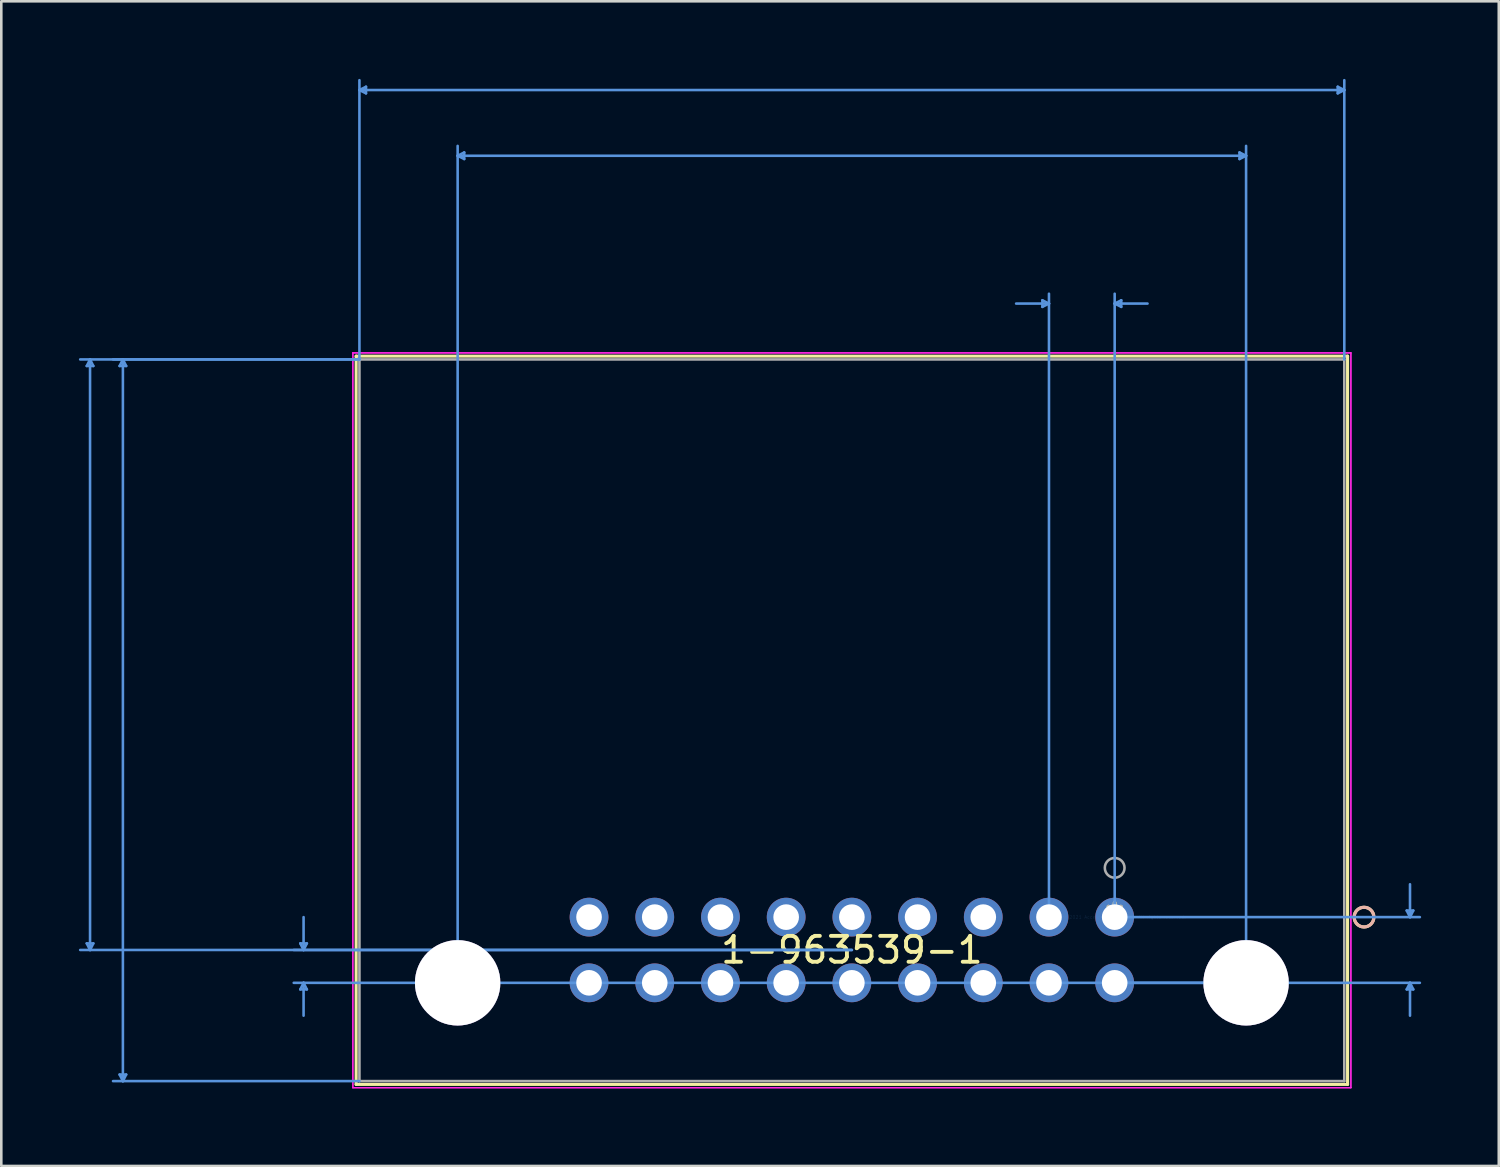
<source format=kicad_pcb>
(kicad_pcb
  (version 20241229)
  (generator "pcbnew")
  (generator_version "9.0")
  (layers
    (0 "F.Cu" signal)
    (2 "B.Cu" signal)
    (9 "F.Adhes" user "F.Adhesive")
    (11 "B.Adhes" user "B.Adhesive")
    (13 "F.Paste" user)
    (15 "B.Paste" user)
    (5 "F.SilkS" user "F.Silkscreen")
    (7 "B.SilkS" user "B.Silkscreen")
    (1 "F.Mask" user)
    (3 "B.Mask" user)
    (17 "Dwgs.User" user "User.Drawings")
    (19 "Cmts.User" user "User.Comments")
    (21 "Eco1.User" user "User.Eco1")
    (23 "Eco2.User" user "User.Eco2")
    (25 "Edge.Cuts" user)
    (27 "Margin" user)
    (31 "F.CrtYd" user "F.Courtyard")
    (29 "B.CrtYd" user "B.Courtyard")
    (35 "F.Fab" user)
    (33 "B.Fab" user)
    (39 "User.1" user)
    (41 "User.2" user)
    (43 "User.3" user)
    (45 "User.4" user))
  (footprint "1-963539-1"
    (layer "F.Cu")
    (at 40.042 32.405)
    (property "Reference" "1-963539-1" (at -10.16 1.27 0) (layer "F.SilkS") (effects (font (size 1 1) (thickness 0.15))))
    (attr through_hole)
    (fp_line (start -29.324 -21.687) (end -29.324 6.467) (stroke (width 0.12) (type solid)) (layer "F.SilkS"))
    (fp_line (start -29.324 6.467) (end 9.004 6.467) (stroke (width 0.12) (type solid)) (layer "F.SilkS"))
    (fp_line (start 9.004 -21.687) (end -29.324 -21.687) (stroke (width 0.12) (type solid)) (layer "F.SilkS"))
    (fp_line (start 9.004 6.467) (end 9.004 -21.687) (stroke (width 0.12) (type solid)) (layer "F.SilkS"))
    (fp_circle (center 9.639 0) (end 10.02 0) (stroke (width 0.12) (type solid)) (fill no) (layer "F.SilkS"))
    (fp_circle (center 9.639 0) (end 10.02 0) (stroke (width 0.12) (type solid)) (fill no) (layer "B.SilkS"))
    (fp_line (start -39.738 -21.306) (end -39.484 -21.306) (stroke (width 0.1) (type solid)) (layer "Cmts.User"))
    (fp_line (start -39.738 1.016) (end -39.484 1.016) (stroke (width 0.1) (type solid)) (layer "Cmts.User"))
    (fp_line (start -39.611 -21.56) (end -39.738 -21.306) (stroke (width 0.1) (type solid)) (layer "Cmts.User"))
    (fp_line (start -39.611 -21.56) (end -39.611 1.27) (stroke (width 0.1) (type solid)) (layer "Cmts.User"))
    (fp_line (start -39.611 -21.56) (end -39.484 -21.306) (stroke (width 0.1) (type solid)) (layer "Cmts.User"))
    (fp_line (start -39.611 1.27) (end -39.738 1.016) (stroke (width 0.1) (type solid)) (layer "Cmts.User"))
    (fp_line (start -39.611 1.27) (end -39.484 1.016) (stroke (width 0.1) (type solid)) (layer "Cmts.User"))
    (fp_line (start -38.468 -21.306) (end -38.214 -21.306) (stroke (width 0.1) (type solid)) (layer "Cmts.User"))
    (fp_line (start -38.468 6.086) (end -38.214 6.086) (stroke (width 0.1) (type solid)) (layer "Cmts.User"))
    (fp_line (start -38.341 -21.56) (end -38.468 -21.306) (stroke (width 0.1) (type solid)) (layer "Cmts.User"))
    (fp_line (start -38.341 -21.56) (end -38.341 6.34) (stroke (width 0.1) (type solid)) (layer "Cmts.User"))
    (fp_line (start -38.341 -21.56) (end -38.214 -21.306) (stroke (width 0.1) (type solid)) (layer "Cmts.User"))
    (fp_line (start -38.341 6.34) (end -38.468 6.086) (stroke (width 0.1) (type solid)) (layer "Cmts.User"))
    (fp_line (start -38.341 6.34) (end -38.214 6.086) (stroke (width 0.1) (type solid)) (layer "Cmts.User"))
    (fp_line (start -31.483 1.016) (end -31.229 1.016) (stroke (width 0.1) (type solid)) (layer "Cmts.User"))
    (fp_line (start -31.483 2.794) (end -31.229 2.794) (stroke (width 0.1) (type solid)) (layer "Cmts.User"))
    (fp_line (start -31.356 1.27) (end -31.483 1.016) (stroke (width 0.1) (type solid)) (layer "Cmts.User"))
    (fp_line (start -31.356 1.27) (end -31.356 0) (stroke (width 0.1) (type solid)) (layer "Cmts.User"))
    (fp_line (start -31.356 1.27) (end -31.229 1.016) (stroke (width 0.1) (type solid)) (layer "Cmts.User"))
    (fp_line (start -31.356 2.54) (end -31.483 2.794) (stroke (width 0.1) (type solid)) (layer "Cmts.User"))
    (fp_line (start -31.356 2.54) (end -31.356 3.81) (stroke (width 0.1) (type solid)) (layer "Cmts.User"))
    (fp_line (start -31.356 2.54) (end -31.229 2.794) (stroke (width 0.1) (type solid)) (layer "Cmts.User"))
    (fp_line (start -29.197 -31.974) (end -28.943 -32.101) (stroke (width 0.1) (type solid)) (layer "Cmts.User"))
    (fp_line (start -29.197 -31.974) (end -28.943 -31.847) (stroke (width 0.1) (type solid)) (layer "Cmts.User"))
    (fp_line (start -29.197 -31.974) (end 8.877 -31.974) (stroke (width 0.1) (type solid)) (layer "Cmts.User"))
    (fp_line (start -29.197 -21.56) (end -39.992 -21.56) (stroke (width 0.1) (type solid)) (layer "Cmts.User"))
    (fp_line (start -29.197 -21.56) (end -38.722 -21.56) (stroke (width 0.1) (type solid)) (layer "Cmts.User"))
    (fp_line (start -29.197 -21.56) (end -29.197 -32.355) (stroke (width 0.1) (type solid)) (layer "Cmts.User"))
    (fp_line (start -29.197 6.34) (end -38.722 6.34) (stroke (width 0.1) (type solid)) (layer "Cmts.User"))
    (fp_line (start -28.943 -32.101) (end -28.943 -31.847) (stroke (width 0.1) (type solid)) (layer "Cmts.User"))
    (fp_line (start -25.4 -29.434) (end -25.146 -29.561) (stroke (width 0.1) (type solid)) (layer "Cmts.User"))
    (fp_line (start -25.4 -29.434) (end -25.146 -29.307) (stroke (width 0.1) (type solid)) (layer "Cmts.User"))
    (fp_line (start -25.4 -29.434) (end 5.08 -29.434) (stroke (width 0.1) (type solid)) (layer "Cmts.User"))
    (fp_line (start -25.4 2.54) (end -25.4 -29.815) (stroke (width 0.1) (type solid)) (layer "Cmts.User"))
    (fp_line (start -25.146 -29.561) (end -25.146 -29.307) (stroke (width 0.1) (type solid)) (layer "Cmts.User"))
    (fp_line (start -10.16 1.27) (end -39.992 1.27) (stroke (width 0.1) (type solid)) (layer "Cmts.User"))
    (fp_line (start -10.16 1.27) (end -31.737 1.27) (stroke (width 0.1) (type solid)) (layer "Cmts.User"))
    (fp_line (start -2.794 -23.846) (end -2.794 -23.592) (stroke (width 0.1) (type solid)) (layer "Cmts.User"))
    (fp_line (start -2.54 -23.719) (end -3.81 -23.719) (stroke (width 0.1) (type solid)) (layer "Cmts.User"))
    (fp_line (start -2.54 -23.719) (end -2.794 -23.846) (stroke (width 0.1) (type solid)) (layer "Cmts.User"))
    (fp_line (start -2.54 -23.719) (end -2.794 -23.592) (stroke (width 0.1) (type solid)) (layer "Cmts.User"))
    (fp_line (start -2.54 0) (end -2.54 -24.1) (stroke (width 0.1) (type solid)) (layer "Cmts.User"))
    (fp_line (start 0 -23.719) (end 0.254 -23.846) (stroke (width 0.1) (type solid)) (layer "Cmts.User"))
    (fp_line (start 0 -23.719) (end 0.254 -23.592) (stroke (width 0.1) (type solid)) (layer "Cmts.User"))
    (fp_line (start 0 -23.719) (end 1.27 -23.719) (stroke (width 0.1) (type solid)) (layer "Cmts.User"))
    (fp_line (start 0 0) (end 0 -24.1) (stroke (width 0.1) (type solid)) (layer "Cmts.User"))
    (fp_line (start 0 0) (end 11.798 0) (stroke (width 0.1) (type solid)) (layer "Cmts.User"))
    (fp_line (start 0 2.54) (end 11.798 2.54) (stroke (width 0.1) (type solid)) (layer "Cmts.User"))
    (fp_line (start 0.254 -23.846) (end 0.254 -23.592) (stroke (width 0.1) (type solid)) (layer "Cmts.User"))
    (fp_line (start 4.826 -29.561) (end 4.826 -29.307) (stroke (width 0.1) (type solid)) (layer "Cmts.User"))
    (fp_line (start 5.08 -29.434) (end 4.826 -29.561) (stroke (width 0.1) (type solid)) (layer "Cmts.User"))
    (fp_line (start 5.08 -29.434) (end 4.826 -29.307) (stroke (width 0.1) (type solid)) (layer "Cmts.User"))
    (fp_line (start 5.08 2.54) (end -31.737 2.54) (stroke (width 0.1) (type solid)) (layer "Cmts.User"))
    (fp_line (start 5.08 2.54) (end 5.08 -29.815) (stroke (width 0.1) (type solid)) (layer "Cmts.User"))
    (fp_line (start 8.623 -32.101) (end 8.623 -31.847) (stroke (width 0.1) (type solid)) (layer "Cmts.User"))
    (fp_line (start 8.877 -31.974) (end 8.623 -32.101) (stroke (width 0.1) (type solid)) (layer "Cmts.User"))
    (fp_line (start 8.877 -31.974) (end 8.623 -31.847) (stroke (width 0.1) (type solid)) (layer "Cmts.User"))
    (fp_line (start 8.877 -21.56) (end 8.877 -32.355) (stroke (width 0.1) (type solid)) (layer "Cmts.User"))
    (fp_line (start 11.29 -0.254) (end 11.544 -0.254) (stroke (width 0.1) (type solid)) (layer "Cmts.User"))
    (fp_line (start 11.29 2.794) (end 11.544 2.794) (stroke (width 0.1) (type solid)) (layer "Cmts.User"))
    (fp_line (start 11.417 0) (end 11.29 -0.254) (stroke (width 0.1) (type solid)) (layer "Cmts.User"))
    (fp_line (start 11.417 0) (end 11.417 -1.27) (stroke (width 0.1) (type solid)) (layer "Cmts.User"))
    (fp_line (start 11.417 0) (end 11.544 -0.254) (stroke (width 0.1) (type solid)) (layer "Cmts.User"))
    (fp_line (start 11.417 2.54) (end 11.29 2.794) (stroke (width 0.1) (type solid)) (layer "Cmts.User"))
    (fp_line (start 11.417 2.54) (end 11.417 3.81) (stroke (width 0.1) (type solid)) (layer "Cmts.User"))
    (fp_line (start 11.417 2.54) (end 11.544 2.794) (stroke (width 0.1) (type solid)) (layer "Cmts.User"))
    (fp_line (start -29.451 -21.814) (end -29.451 6.594) (stroke (width 0.05) (type solid)) (layer "F.CrtYd"))
    (fp_line (start -29.451 -21.814) (end -29.451 6.594) (stroke (width 0.05) (type solid)) (layer "F.CrtYd"))
    (fp_line (start -29.451 6.594) (end 9.131 6.594) (stroke (width 0.05) (type solid)) (layer "F.CrtYd"))
    (fp_line (start -29.451 6.594) (end 9.131 6.594) (stroke (width 0.05) (type solid)) (layer "F.CrtYd"))
    (fp_line (start 9.131 -21.814) (end -29.451 -21.814) (stroke (width 0.05) (type solid)) (layer "F.CrtYd"))
    (fp_line (start 9.131 -21.814) (end -29.451 -21.814) (stroke (width 0.05) (type solid)) (layer "F.CrtYd"))
    (fp_line (start 9.131 6.594) (end 9.131 -21.814) (stroke (width 0.05) (type solid)) (layer "F.CrtYd"))
    (fp_line (start 9.131 6.594) (end 9.131 -21.814) (stroke (width 0.05) (type solid)) (layer "F.CrtYd"))
    (fp_line (start -29.197 -21.56) (end -29.197 6.34) (stroke (width 0.1) (type solid)) (layer "F.Fab"))
    (fp_line (start -29.197 6.34) (end 8.877 6.34) (stroke (width 0.1) (type solid)) (layer "F.Fab"))
    (fp_line (start 8.877 -21.56) (end -29.197 -21.56) (stroke (width 0.1) (type solid)) (layer "F.Fab"))
    (fp_line (start 8.877 6.34) (end 8.877 -21.56) (stroke (width 0.1) (type solid)) (layer "F.Fab"))
    (fp_circle (center 0 -1.905) (end 0.381 -1.905) (stroke (width 0.1) (type solid)) (fill no) (layer "F.Fab"))
    (fp_text user "*" (at 0 0 0) (layer "F.SilkS") (effects (font (size 1 1) (thickness 0.15))))
    (fp_text user "Copyright 2021 Accelerated Designs. All rights reserved." (at 0 0 0) (layer "Cmts.User") (effects (font (size 0.127 0.127) (thickness 0.002))))
    (fp_text user "*" (at 0 0 0) (layer "F.Fab") (effects (font (size 1 1) (thickness 0.15))))
    (pad "1" thru_hole circle (at 0 0) (size 1.499 1.499) (drill 0.991) (layers "*.Cu" "*.Mask"))
    (pad "2" thru_hole circle (at -2.54 0) (size 1.499 1.499) (drill 0.991) (layers "*.Cu" "*.Mask"))
    (pad "3" thru_hole circle (at -5.08 0) (size 1.499 1.499) (drill 0.991) (layers "*.Cu" "*.Mask"))
    (pad "4" thru_hole circle (at -7.62 0) (size 1.499 1.499) (drill 0.991) (layers "*.Cu" "*.Mask"))
    (pad "5" thru_hole circle (at -10.16 0) (size 1.499 1.499) (drill 0.991) (layers "*.Cu" "*.Mask"))
    (pad "6" thru_hole circle (at -12.7 0) (size 1.499 1.499) (drill 0.991) (layers "*.Cu" "*.Mask"))
    (pad "7" thru_hole circle (at -15.24 0) (size 1.499 1.499) (drill 0.991) (layers "*.Cu" "*.Mask"))
    (pad "8" thru_hole circle (at -17.78 0) (size 1.499 1.499) (drill 0.991) (layers "*.Cu" "*.Mask"))
    (pad "9" thru_hole circle (at -20.32 0) (size 1.499 1.499) (drill 0.991) (layers "*.Cu" "*.Mask"))
    (pad "10" thru_hole circle (at 0 2.54) (size 1.499 1.499) (drill 0.991) (layers "*.Cu" "*.Mask"))
    (pad "11" thru_hole circle (at -2.54 2.54) (size 1.499 1.499) (drill 0.991) (layers "*.Cu" "*.Mask"))
    (pad "12" thru_hole circle (at -5.08 2.54) (size 1.499 1.499) (drill 0.991) (layers "*.Cu" "*.Mask"))
    (pad "13" thru_hole circle (at -7.62 2.54) (size 1.499 1.499) (drill 0.991) (layers "*.Cu" "*.Mask"))
    (pad "14" thru_hole circle (at -10.16 2.54) (size 1.499 1.499) (drill 0.991) (layers "*.Cu" "*.Mask"))
    (pad "15" thru_hole circle (at -12.7 2.54) (size 1.499 1.499) (drill 0.991) (layers "*.Cu" "*.Mask"))
    (pad "16" thru_hole circle (at -15.24 2.54) (size 1.499 1.499) (drill 0.991) (layers "*.Cu" "*.Mask"))
    (pad "17" thru_hole circle (at -17.78 2.54) (size 1.499 1.499) (drill 0.991) (layers "*.Cu" "*.Mask"))
    (pad "18" thru_hole circle (at -20.32 2.54) (size 1.499 1.499) (drill 0.991) (layers "*.Cu" "*.Mask"))
    (pad "19" thru_hole circle (at -25.4 2.54 90) (size 3.302 3.302) (drill 3.302) (layers "*.Cu" "*.Mask"))
    (pad "20" thru_hole circle (at 5.08 2.54 90) (size 3.302 3.302) (drill 3.302) (layers "*.Cu" "*.Mask")))
  (gr_rect
    (start -3 -3)
    (end 54.891 42.024)
    (stroke (width 0.1) (type default))
    (fill no)
    (layer "Edge.Cuts")))
</source>
